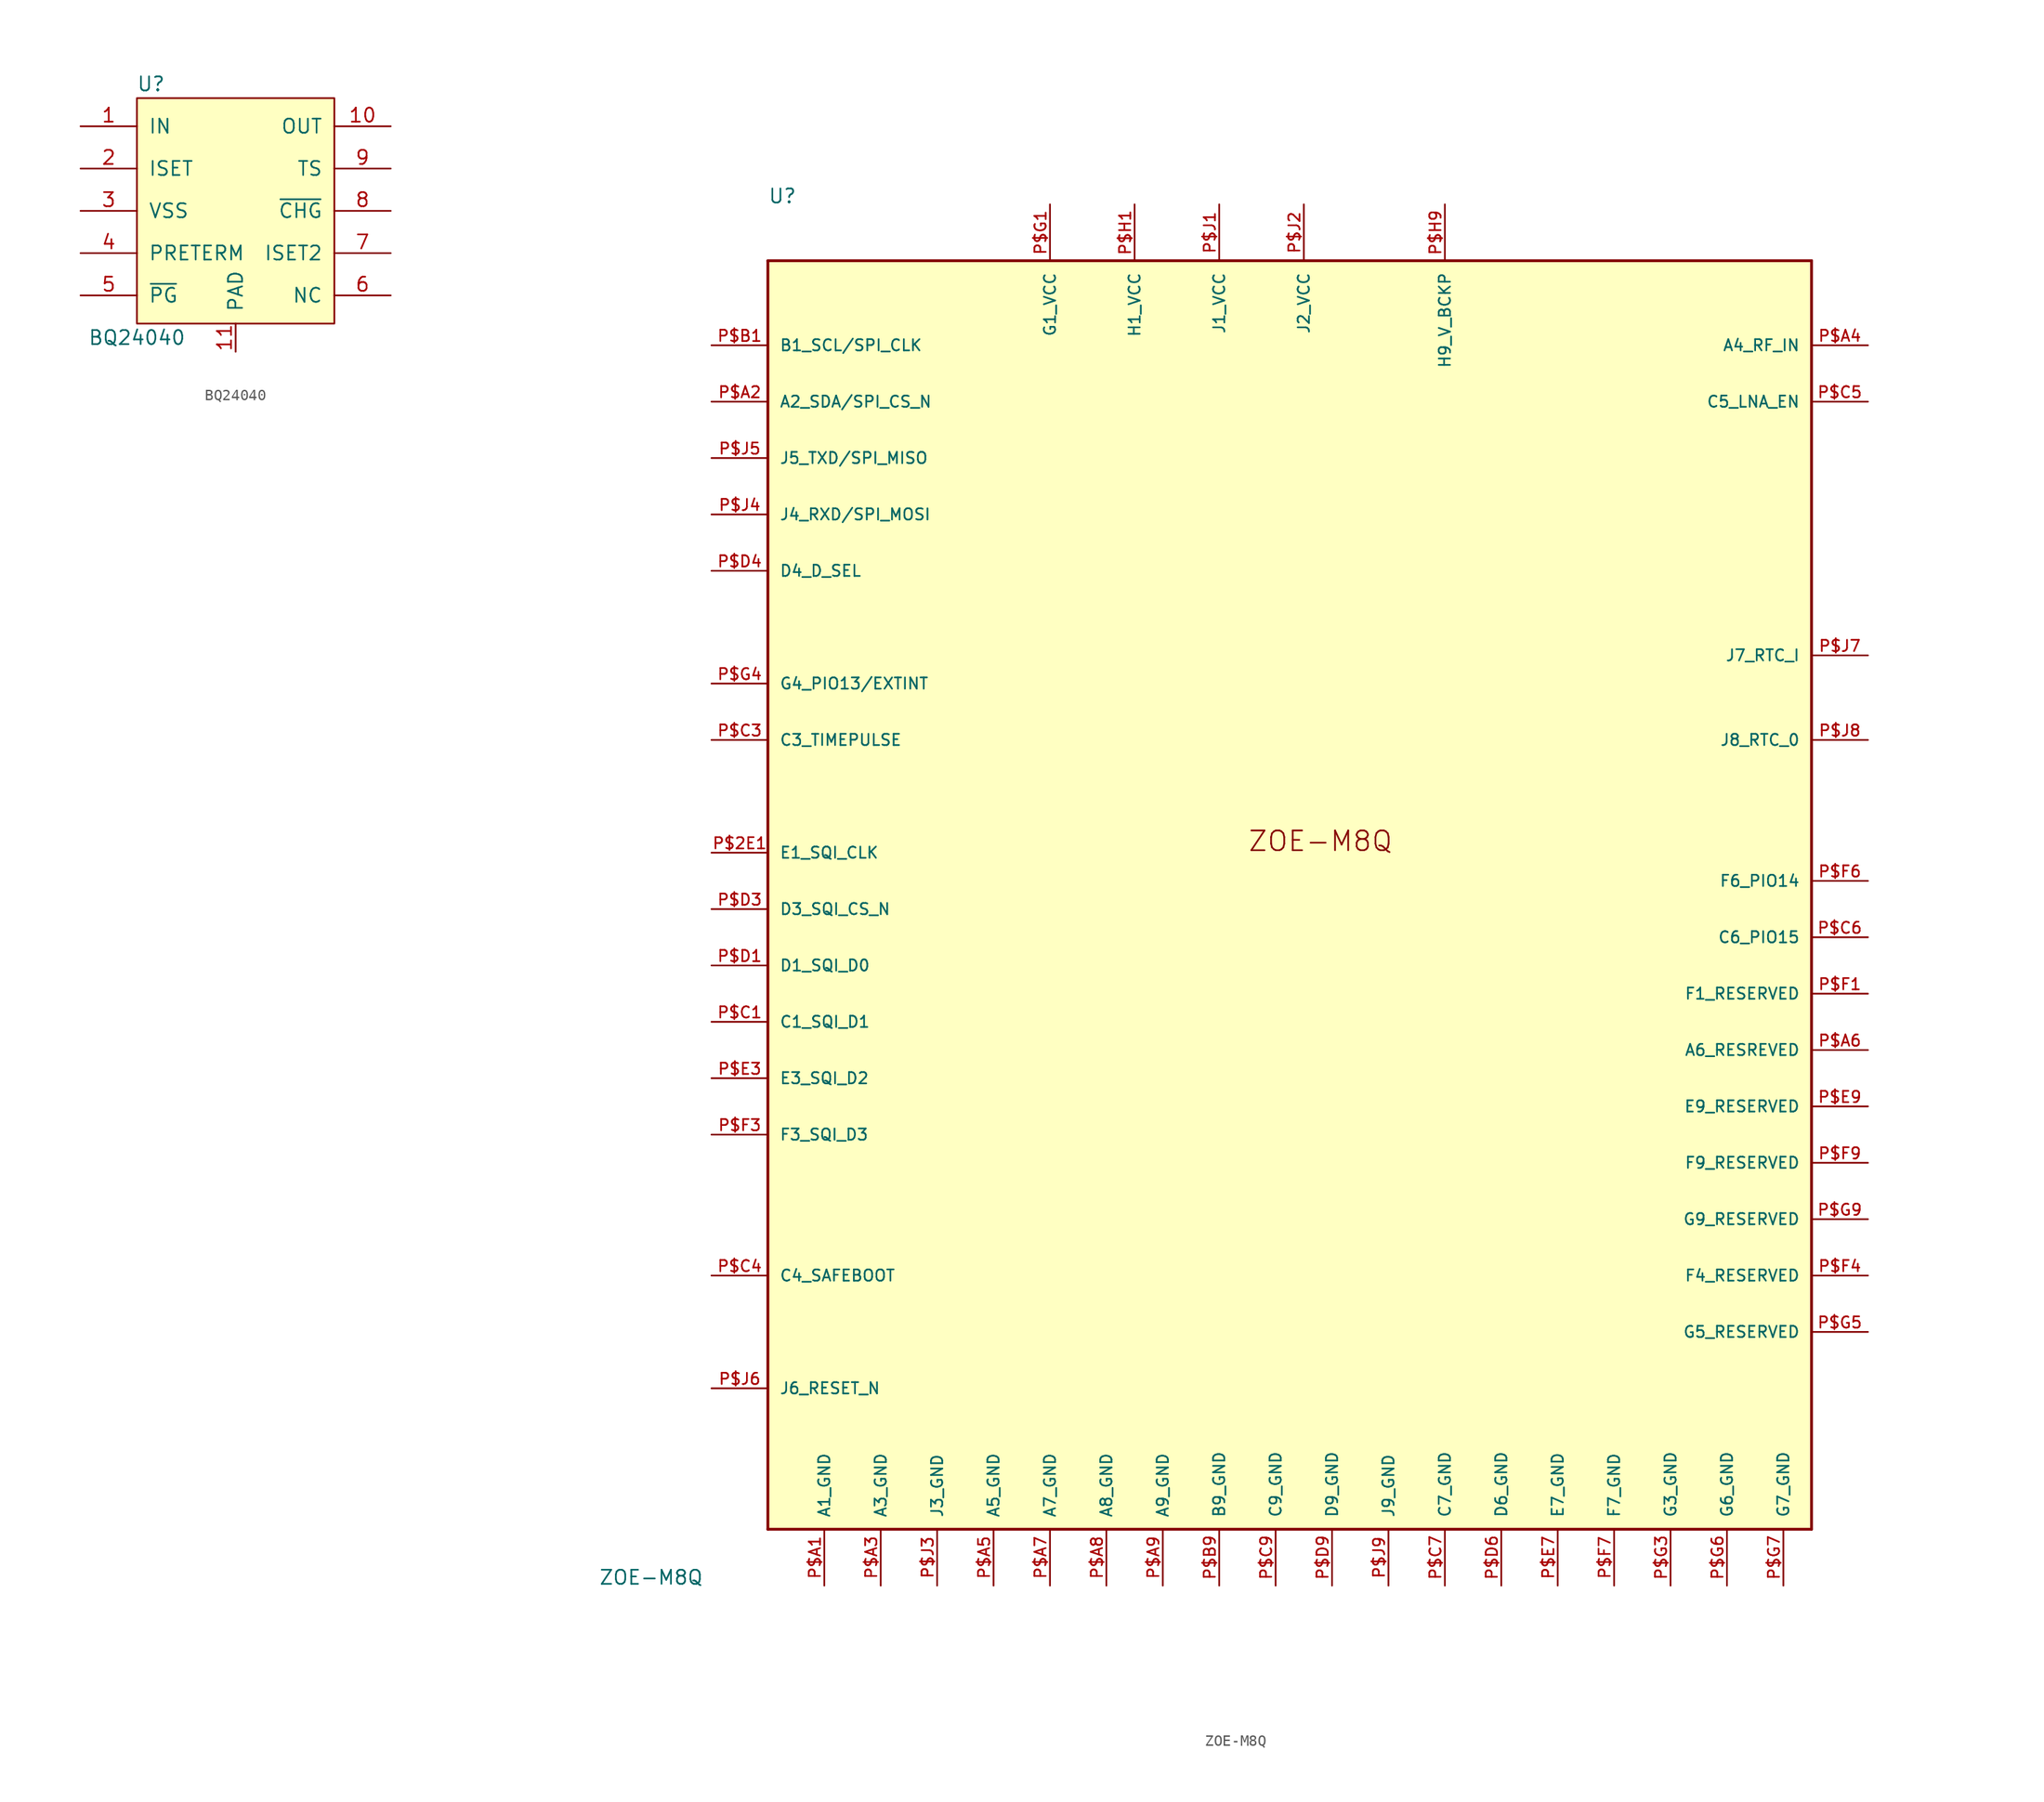
<source format=kicad_sym>
(kicad_symbol_lib
  (version 20211014)
  (generator kicad_symbol_editor)
  (symbol "BQ24040"
    (pin_names
      (offset 1.016))
    (property "Reference" "U"
      (at -7.62 12.7 0)
      (effects (font (size 1.27 1.27))))
    (property "Value" "BQ24040"
      (at -8.89 -10.16 0)
      (effects (font (size 1.27 1.27))))
    (symbol "BQ24040_0_1"
      (rectangle (start -8.89 11.43) (end 8.89 -8.89) (stroke (width 0) (type default) (color 0 0 0 0)) (fill (type background))))
    (symbol "BQ24040_1_1"
      (pin passive line (at -13.97 8.89 0) (length 5.08) (name "IN" (effects (font (size 1.27 1.27)))) (number "1" (effects (font (size 1.27 1.27)))))
      (pin passive line (at 13.97 8.89 180) (length 5.08) (name "OUT" (effects (font (size 1.27 1.27)))) (number "10" (effects (font (size 1.27 1.27)))))
      (pin input line (at 0 -11.43 90) (length 2.54) (name "PAD" (effects (font (size 1.27 1.27)))) (number "11" (effects (font (size 1.27 1.27)))))
      (pin passive line (at -13.97 5.08 0) (length 5.08) (name "ISET" (effects (font (size 1.27 1.27)))) (number "2" (effects (font (size 1.27 1.27)))))
      (pin passive line (at -13.97 1.27 0) (length 5.08) (name "VSS" (effects (font (size 1.27 1.27)))) (number "3" (effects (font (size 1.27 1.27)))))
      (pin passive line (at -13.97 -2.54 0) (length 5.08) (name "PRETERM" (effects (font (size 1.27 1.27)))) (number "4" (effects (font (size 1.27 1.27)))))
      (pin passive line (at -13.97 -6.35 0) (length 5.08) (name "~{PG}" (effects (font (size 1.27 1.27)))) (number "5" (effects (font (size 1.27 1.27)))))
      (pin passive line (at 13.97 -6.35 180) (length 5.08) (name "NC" (effects (font (size 1.27 1.27)))) (number "6" (effects (font (size 1.27 1.27)))))
      (pin passive line (at 13.97 -2.54 180) (length 5.08) (name "ISET2" (effects (font (size 1.27 1.27)))) (number "7" (effects (font (size 1.27 1.27)))))
      (pin passive line (at 13.97 1.27 180) (length 5.08) (name "~{CHG}" (effects (font (size 1.27 1.27)))) (number "8" (effects (font (size 1.27 1.27)))))
      (pin passive line (at 13.97 5.08 180) (length 5.08) (name "TS" (effects (font (size 1.27 1.27)))) (number "9" (effects (font (size 1.27 1.27)))))))
  (symbol "ZOE-M8Q"
    (pin_names
      (offset 1.016))
    (property "Reference" "U"
      (at -71.12 93.98 0)
      (effects (font (size 1.27 1.27)) (justify left bottom)))
    (property "Value" "ZOE-M8Q"
      (at -86.36 -30.48 0)
      (effects (font (size 1.27 1.27)) (justify left bottom)))
    (property "ki_locked" ""
      (at 0 0 0)
      (effects (font (size 1.27 1.27))))
    (symbol "ZOE-M8Q_0_0"
      (polyline (pts (xy -71.12 -25.4) (xy 22.86 -25.4)) (stroke (width 0.254) (type default) (color 0 0 0 0)) (fill (type none)))
      (polyline (pts (xy -71.12 88.9) (xy -71.12 -25.4)) (stroke (width 0.254) (type default) (color 0 0 0 0)) (fill (type none)))
      (polyline (pts (xy 22.86 88.9) (xy -71.12 88.9)) (stroke (width 0.254) (type default) (color 0 0 0 0)) (fill (type background)))
      (polyline (pts (xy 22.86 88.9) (xy 22.86 -25.4)) (stroke (width 0.254) (type default) (color 0 0 0 0)) (fill (type none)))
      (rectangle (start 22.86 88.9) (end -71.12 -25.4) (stroke (width 0.152) (type default) (color 0 0 0 0)) (fill (type background)))
      (text "ZOE-M8Q" (at -27.94 35.56 0) (effects (font (size 1.778 1.778)) (justify left bottom)))
      (pin bidirectional line (at -76.2 35.56 0) (length 5.08) (name "E1_SQI_CLK" (effects (font (size 1.016 1.016)))) (number "P$2E1" (effects (font (size 1.016 1.016)))))
      (pin power_in line (at -66.04 -30.48 90) (length 5.08) (name "A1_GND" (effects (font (size 1.016 1.016)))) (number "P$A1" (effects (font (size 1.016 1.016)))))
      (pin bidirectional line (at -76.2 76.2 0) (length 5.08) (name "A2_SDA/SPI_CS_N" (effects (font (size 1.016 1.016)))) (number "P$A2" (effects (font (size 1.016 1.016)))))
      (pin power_in line (at -60.96 -30.48 90) (length 5.08) (name "A3_GND" (effects (font (size 1.016 1.016)))) (number "P$A3" (effects (font (size 1.016 1.016)))))
      (pin input line (at 27.94 81.28 180) (length 5.08) (name "A4_RF_IN" (effects (font (size 1.016 1.016)))) (number "P$A4" (effects (font (size 1.016 1.016)))))
      (pin power_in line (at -50.8 -30.48 90) (length 5.08) (name "A5_GND" (effects (font (size 1.016 1.016)))) (number "P$A5" (effects (font (size 1.016 1.016)))))
      (pin bidirectional line (at 27.94 17.78 180) (length 5.08) (name "A6_RESREVED" (effects (font (size 1.016 1.016)))) (number "P$A6" (effects (font (size 1.016 1.016)))))
      (pin power_in line (at -45.72 -30.48 90) (length 5.08) (name "A7_GND" (effects (font (size 1.016 1.016)))) (number "P$A7" (effects (font (size 1.016 1.016)))))
      (pin power_in line (at -40.64 -30.48 90) (length 5.08) (name "A8_GND" (effects (font (size 1.016 1.016)))) (number "P$A8" (effects (font (size 1.016 1.016)))))
      (pin power_in line (at -35.56 -30.48 90) (length 5.08) (name "A9_GND" (effects (font (size 1.016 1.016)))) (number "P$A9" (effects (font (size 1.016 1.016)))))
      (pin bidirectional line (at -76.2 81.28 0) (length 5.08) (name "B1_SCL/SPI_CLK" (effects (font (size 1.016 1.016)))) (number "P$B1" (effects (font (size 1.016 1.016)))))
      (pin power_in line (at -30.48 -30.48 90) (length 5.08) (name "B9_GND" (effects (font (size 1.016 1.016)))) (number "P$B9" (effects (font (size 1.016 1.016)))))
      (pin bidirectional line (at -76.2 20.32 0) (length 5.08) (name "C1_SQI_D1" (effects (font (size 1.016 1.016)))) (number "P$C1" (effects (font (size 1.016 1.016)))))
      (pin bidirectional line (at -76.2 45.72 0) (length 5.08) (name "C3_TIMEPULSE" (effects (font (size 1.016 1.016)))) (number "P$C3" (effects (font (size 1.016 1.016)))))
      (pin bidirectional line (at -76.2 -2.54 0) (length 5.08) (name "C4_SAFEBOOT" (effects (font (size 1.016 1.016)))) (number "P$C4" (effects (font (size 1.016 1.016)))))
      (pin bidirectional line (at 27.94 76.2 180) (length 5.08) (name "C5_LNA_EN" (effects (font (size 1.016 1.016)))) (number "P$C5" (effects (font (size 1.016 1.016)))))
      (pin bidirectional line (at 27.94 27.94 180) (length 5.08) (name "C6_PIO15" (effects (font (size 1.016 1.016)))) (number "P$C6" (effects (font (size 1.016 1.016)))))
      (pin power_in line (at -10.16 -30.48 90) (length 5.08) (name "C7_GND" (effects (font (size 1.016 1.016)))) (number "P$C7" (effects (font (size 1.016 1.016)))))
      (pin power_in line (at -25.4 -30.48 90) (length 5.08) (name "C9_GND" (effects (font (size 1.016 1.016)))) (number "P$C9" (effects (font (size 1.016 1.016)))))
      (pin bidirectional line (at -76.2 25.4 0) (length 5.08) (name "D1_SQI_D0" (effects (font (size 1.016 1.016)))) (number "P$D1" (effects (font (size 1.016 1.016)))))
      (pin bidirectional line (at -76.2 30.48 0) (length 5.08) (name "D3_SQI_CS_N" (effects (font (size 1.016 1.016)))) (number "P$D3" (effects (font (size 1.016 1.016)))))
      (pin bidirectional line (at -76.2 60.96 0) (length 5.08) (name "D4_D_SEL" (effects (font (size 1.016 1.016)))) (number "P$D4" (effects (font (size 1.016 1.016)))))
      (pin power_in line (at -5.08 -30.48 90) (length 5.08) (name "D6_GND" (effects (font (size 1.016 1.016)))) (number "P$D6" (effects (font (size 1.016 1.016)))))
      (pin power_in line (at -20.32 -30.48 90) (length 5.08) (name "D9_GND" (effects (font (size 1.016 1.016)))) (number "P$D9" (effects (font (size 1.016 1.016)))))
      (pin bidirectional line (at -76.2 15.24 0) (length 5.08) (name "E3_SQI_D2" (effects (font (size 1.016 1.016)))) (number "P$E3" (effects (font (size 1.016 1.016)))))
      (pin power_in line (at 0 -30.48 90) (length 5.08) (name "E7_GND" (effects (font (size 1.016 1.016)))) (number "P$E7" (effects (font (size 1.016 1.016)))))
      (pin bidirectional line (at 27.94 12.7 180) (length 5.08) (name "E9_RESERVED" (effects (font (size 1.016 1.016)))) (number "P$E9" (effects (font (size 1.016 1.016)))))
      (pin bidirectional line (at 27.94 22.86 180) (length 5.08) (name "F1_RESERVED" (effects (font (size 1.016 1.016)))) (number "P$F1" (effects (font (size 1.016 1.016)))))
      (pin bidirectional line (at -76.2 10.16 0) (length 5.08) (name "F3_SQI_D3" (effects (font (size 1.016 1.016)))) (number "P$F3" (effects (font (size 1.016 1.016)))))
      (pin bidirectional line (at 27.94 -2.54 180) (length 5.08) (name "F4_RESERVED" (effects (font (size 1.016 1.016)))) (number "P$F4" (effects (font (size 1.016 1.016)))))
      (pin bidirectional line (at 27.94 33.02 180) (length 5.08) (name "F6_PIO14" (effects (font (size 1.016 1.016)))) (number "P$F6" (effects (font (size 1.016 1.016)))))
      (pin power_in line (at 5.08 -30.48 90) (length 5.08) (name "F7_GND" (effects (font (size 1.016 1.016)))) (number "P$F7" (effects (font (size 1.016 1.016)))))
      (pin bidirectional line (at 27.94 7.62 180) (length 5.08) (name "F9_RESERVED" (effects (font (size 1.016 1.016)))) (number "P$F9" (effects (font (size 1.016 1.016)))))
      (pin power_in line (at -45.72 93.98 270) (length 5.08) (name "G1_VCC" (effects (font (size 1.016 1.016)))) (number "P$G1" (effects (font (size 1.016 1.016)))))
      (pin power_in line (at 10.16 -30.48 90) (length 5.08) (name "G3_GND" (effects (font (size 1.016 1.016)))) (number "P$G3" (effects (font (size 1.016 1.016)))))
      (pin bidirectional line (at -76.2 50.8 0) (length 5.08) (name "G4_PIO13/EXTINT" (effects (font (size 1.016 1.016)))) (number "P$G4" (effects (font (size 1.016 1.016)))))
      (pin bidirectional line (at 27.94 -7.62 180) (length 5.08) (name "G5_RESERVED" (effects (font (size 1.016 1.016)))) (number "P$G5" (effects (font (size 1.016 1.016)))))
      (pin power_in line (at 15.24 -30.48 90) (length 5.08) (name "G6_GND" (effects (font (size 1.016 1.016)))) (number "P$G6" (effects (font (size 1.016 1.016)))))
      (pin power_in line (at 20.32 -30.48 90) (length 5.08) (name "G7_GND" (effects (font (size 1.016 1.016)))) (number "P$G7" (effects (font (size 1.016 1.016)))))
      (pin bidirectional line (at 27.94 2.54 180) (length 5.08) (name "G9_RESERVED" (effects (font (size 1.016 1.016)))) (number "P$G9" (effects (font (size 1.016 1.016)))))
      (pin power_in line (at -38.1 93.98 270) (length 5.08) (name "H1_VCC" (effects (font (size 1.016 1.016)))) (number "P$H1" (effects (font (size 1.016 1.016)))))
      (pin power_in line (at -10.16 93.98 270) (length 5.08) (name "H9_V_BCKP" (effects (font (size 1.016 1.016)))) (number "P$H9" (effects (font (size 1.016 1.016)))))
      (pin power_in line (at -30.48 93.98 270) (length 5.08) (name "J1_VCC" (effects (font (size 1.016 1.016)))) (number "P$J1" (effects (font (size 1.016 1.016)))))
      (pin power_in line (at -22.86 93.98 270) (length 5.08) (name "J2_VCC" (effects (font (size 1.016 1.016)))) (number "P$J2" (effects (font (size 1.016 1.016)))))
      (pin power_in line (at -55.88 -30.48 90) (length 5.08) (name "J3_GND" (effects (font (size 1.016 1.016)))) (number "P$J3" (effects (font (size 1.016 1.016)))))
      (pin bidirectional line (at -76.2 66.04 0) (length 5.08) (name "J4_RXD/SPI_MOSI" (effects (font (size 1.016 1.016)))) (number "P$J4" (effects (font (size 1.016 1.016)))))
      (pin bidirectional line (at -76.2 71.12 0) (length 5.08) (name "J5_TXD/SPI_MISO" (effects (font (size 1.016 1.016)))) (number "P$J5" (effects (font (size 1.016 1.016)))))
      (pin bidirectional line (at -76.2 -12.7 0) (length 5.08) (name "J6_RESET_N" (effects (font (size 1.016 1.016)))) (number "P$J6" (effects (font (size 1.016 1.016)))))
      (pin bidirectional line (at 27.94 53.34 180) (length 5.08) (name "J7_RTC_I" (effects (font (size 1.016 1.016)))) (number "P$J7" (effects (font (size 1.016 1.016)))))
      (pin bidirectional line (at 27.94 45.72 180) (length 5.08) (name "J8_RTC_0" (effects (font (size 1.016 1.016)))) (number "P$J8" (effects (font (size 1.016 1.016)))))
      (pin power_in line (at -15.24 -30.48 90) (length 5.08) (name "J9_GND" (effects (font (size 1.016 1.016)))) (number "P$J9" (effects (font (size 1.016 1.016))))))))
</source>
